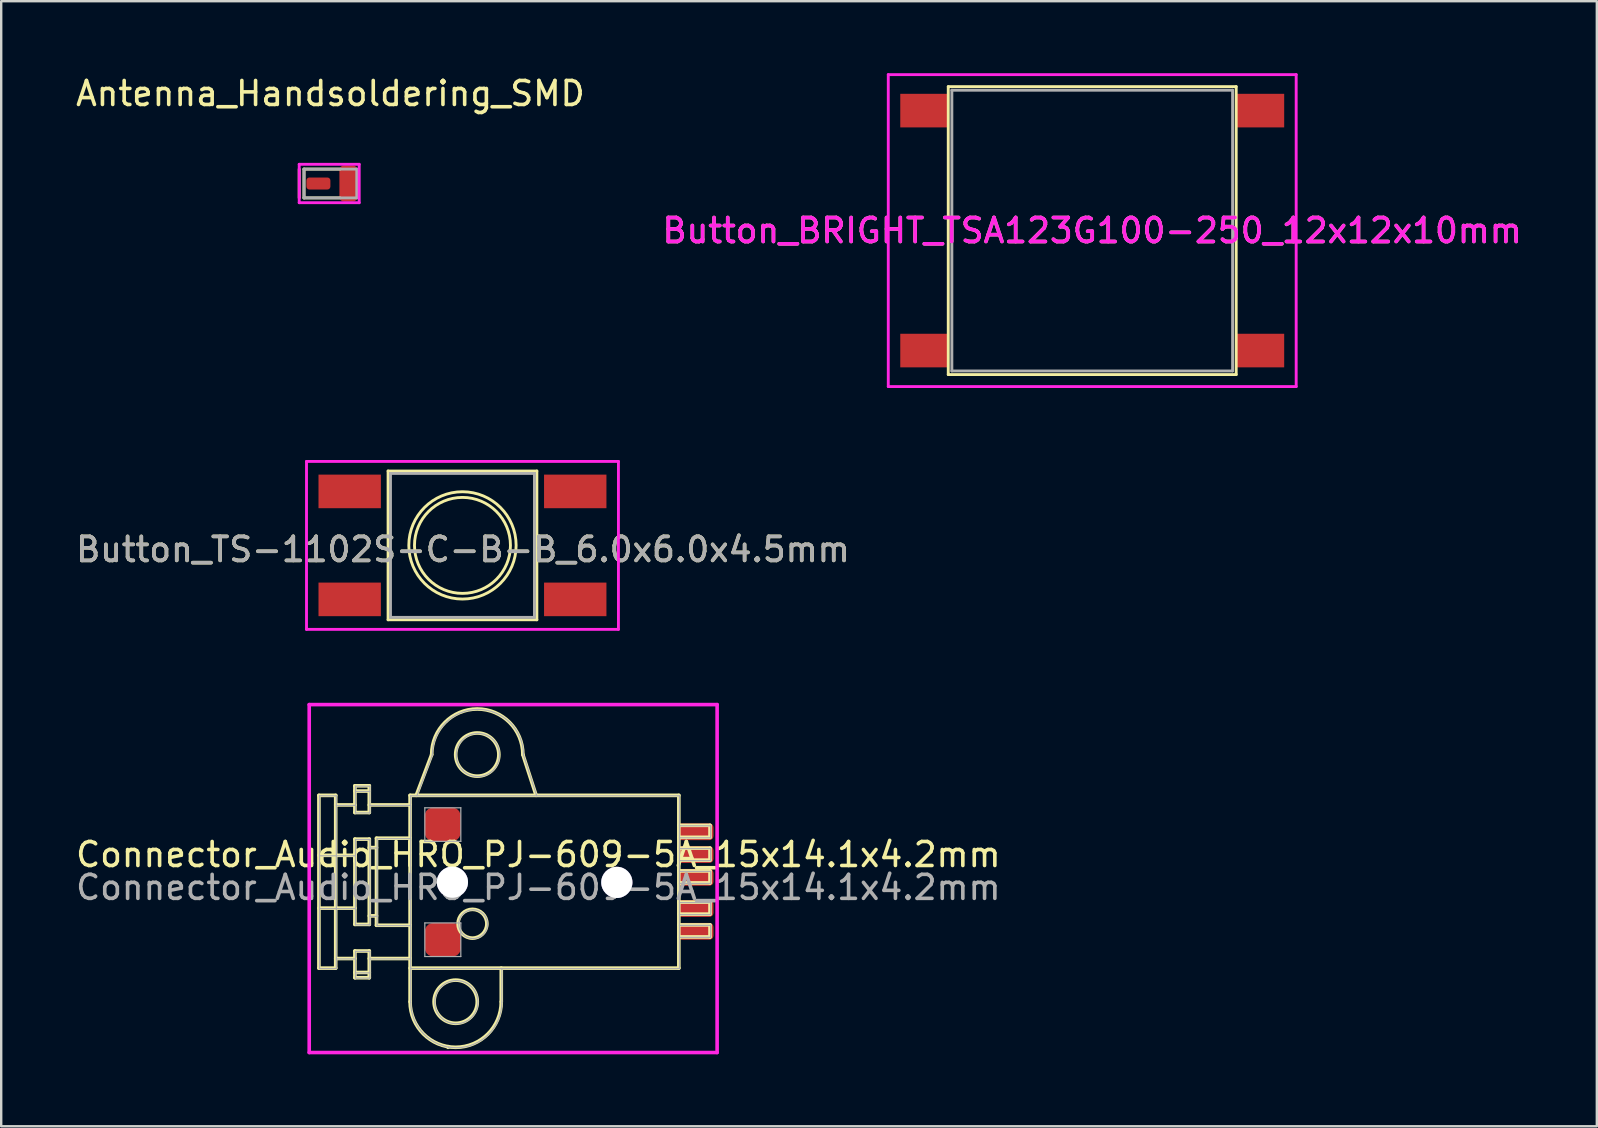
<source format=kicad_pcb>
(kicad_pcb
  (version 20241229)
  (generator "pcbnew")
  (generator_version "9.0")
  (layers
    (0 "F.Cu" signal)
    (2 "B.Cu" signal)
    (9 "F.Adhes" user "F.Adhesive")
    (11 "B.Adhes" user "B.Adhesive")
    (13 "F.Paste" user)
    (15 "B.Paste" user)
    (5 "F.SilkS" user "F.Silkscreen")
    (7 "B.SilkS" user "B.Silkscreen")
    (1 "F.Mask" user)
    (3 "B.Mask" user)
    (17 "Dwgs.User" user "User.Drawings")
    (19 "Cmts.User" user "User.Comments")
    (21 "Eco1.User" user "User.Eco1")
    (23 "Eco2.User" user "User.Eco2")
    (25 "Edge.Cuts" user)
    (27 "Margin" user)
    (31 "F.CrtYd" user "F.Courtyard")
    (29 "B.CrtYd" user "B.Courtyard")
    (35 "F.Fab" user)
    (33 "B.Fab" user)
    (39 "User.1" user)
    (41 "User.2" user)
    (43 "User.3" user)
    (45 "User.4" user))
  (footprint "Button_BRIGHT_TSA123G100-250_12x12x10mm"
    (layer "F.Cu")
    (at 42.47 6.56)
    (property "Reference" "Button_BRIGHT_TSA123G100-250_12x12x10mm" (at 0 0 0) (layer "F.SilkS") (effects (font (size 1 1) (thickness 0.15))))
    (attr through_hole)
    (fp_line (start -6 -6) (end 6 -6) (stroke (width 0.12) (type solid)) (layer "F.SilkS"))
    (fp_line (start -6 6) (end -6 -6) (stroke (width 0.12) (type solid)) (layer "F.SilkS"))
    (fp_line (start 6 -6) (end 6 6) (stroke (width 0.12) (type solid)) (layer "F.SilkS"))
    (fp_line (start 6 6) (end -6 6) (stroke (width 0.12) (type solid)) (layer "F.SilkS"))
    (fp_line (start -8.5 -6.5) (end 8.5 -6.5) (stroke (width 0.12) (type solid)) (layer "F.CrtYd"))
    (fp_line (start -8.5 6.5) (end -8.5 -6.5) (stroke (width 0.12) (type solid)) (layer "F.CrtYd"))
    (fp_line (start 8.5 -6.5) (end 8.5 6.5) (stroke (width 0.12) (type solid)) (layer "F.CrtYd"))
    (fp_line (start 8.5 6.5) (end -8.5 6.5) (stroke (width 0.12) (type solid)) (layer "F.CrtYd"))
    (fp_line (start -5.85 -5.85) (end 5.85 -5.85) (stroke (width 0.12) (type solid)) (layer "F.Fab"))
    (fp_line (start -5.85 5.85) (end -5.85 -5.85) (stroke (width 0.12) (type solid)) (layer "F.Fab"))
    (fp_line (start 5.85 -5.85) (end 5.85 5.85) (stroke (width 0.12) (type solid)) (layer "F.Fab"))
    (fp_line (start 5.85 5.85) (end -5.85 5.85) (stroke (width 0.12) (type solid)) (layer "F.Fab"))
    (fp_text user "${REFERENCE}" (at 0 0 0) (layer "F.CrtYd") (effects (font (size 1 1) (thickness 0.15))))
    (pad "1" connect rect (at -7 -5) (size 2 1.4) (layers "F.Cu" "F.Mask"))
    (pad "1" connect rect (at 7 -5) (size 2 1.4) (layers "F.Cu" "F.Mask"))
    (pad "2" connect rect (at -7 5) (size 2 1.4) (layers "F.Cu" "F.Mask"))
    (pad "2" connect rect (at 7 5) (size 2 1.4) (layers "F.Cu" "F.Mask")))
  (footprint "Connector_Audio_HRO_PJ-609-5A_15x14.1x4.2mm"
    (layer "F.Cu")
    (at 19.337 33.815)
    (property "Reference" "Connector_Audio_HRO_PJ-609-5A_15x14.1x4.2mm" (at 0.05 -1.25 0) (layer "F.SilkS") (effects (font (size 1 1) (thickness 0.15))))
    (attr smd)
    (fp_line (start -9.096 -1.217) (end -7.596 -1.217) (stroke (width 0.15) (type solid)) (layer "F.SilkS"))
    (fp_line (start -9.096 0.983) (end -7.596 0.983) (stroke (width 0.15) (type solid)) (layer "F.SilkS"))
    (fp_line (start -9.096 3.483) (end -9.096 -3.717) (stroke (width 0.15) (type solid)) (layer "F.SilkS"))
    (fp_line (start -9.096 3.483) (end -8.396 3.483) (stroke (width 0.15) (type solid)) (layer "F.SilkS"))
    (fp_line (start -8.396 -3.717) (end -9.096 -3.717) (stroke (width 0.15) (type solid)) (layer "F.SilkS"))
    (fp_line (start -8.396 -3.317) (end -7.596 -3.317) (stroke (width 0.15) (type solid)) (layer "F.SilkS"))
    (fp_line (start -8.396 3.483) (end -8.396 -3.717) (stroke (width 0.15) (type solid)) (layer "F.SilkS"))
    (fp_line (start -7.596 -3.002) (end -7.596 -4.117) (stroke (width 0.15) (type solid)) (layer "F.SilkS"))
    (fp_line (start -7.596 -1.894) (end -6.996 -1.894) (stroke (width 0.15) (type solid)) (layer "F.SilkS"))
    (fp_line (start -7.596 1.66) (end -7.596 -1.894) (stroke (width 0.15) (type solid)) (layer "F.SilkS"))
    (fp_line (start -7.596 1.66) (end -6.996 1.66) (stroke (width 0.15) (type solid)) (layer "F.SilkS"))
    (fp_line (start -7.596 3.083) (end -8.396 3.083) (stroke (width 0.15) (type solid)) (layer "F.SilkS"))
    (fp_line (start -7.596 3.664) (end -6.996 3.664) (stroke (width 0.15) (type solid)) (layer "F.SilkS"))
    (fp_line (start -7.596 3.883) (end -7.596 2.768) (stroke (width 0.15) (type solid)) (layer "F.SilkS"))
    (fp_line (start -7.596 3.883) (end -6.996 3.883) (stroke (width 0.15) (type solid)) (layer "F.SilkS"))
    (fp_line (start -6.996 -4.117) (end -7.596 -4.117) (stroke (width 0.15) (type solid)) (layer "F.SilkS"))
    (fp_line (start -6.996 -4.117) (end -6.996 -3.002) (stroke (width 0.15) (type solid)) (layer "F.SilkS"))
    (fp_line (start -6.996 -3.897) (end -7.596 -3.897) (stroke (width 0.15) (type solid)) (layer "F.SilkS"))
    (fp_line (start -6.996 -3.317) (end -5.296 -3.317) (stroke (width 0.15) (type solid)) (layer "F.SilkS"))
    (fp_line (start -6.996 -3.002) (end -7.596 -3.002) (stroke (width 0.15) (type solid)) (layer "F.SilkS"))
    (fp_line (start -6.996 1.66) (end -6.996 -1.894) (stroke (width 0.15) (type solid)) (layer "F.SilkS"))
    (fp_line (start -6.996 2.768) (end -7.596 2.768) (stroke (width 0.15) (type solid)) (layer "F.SilkS"))
    (fp_line (start -6.996 3.883) (end -6.996 2.768) (stroke (width 0.15) (type solid)) (layer "F.SilkS"))
    (fp_line (start -6.696 -1.931) (end -5.296 -1.931) (stroke (width 0.15) (type solid)) (layer "F.SilkS"))
    (fp_line (start -6.696 -1.54) (end -6.996 -1.54) (stroke (width 0.15) (type solid)) (layer "F.SilkS"))
    (fp_line (start -6.696 1.306) (end -6.996 1.306) (stroke (width 0.15) (type solid)) (layer "F.SilkS"))
    (fp_line (start -6.696 1.697) (end -6.696 -1.931) (stroke (width 0.15) (type solid)) (layer "F.SilkS"))
    (fp_line (start -5.296 1.697) (end -6.696 1.697) (stroke (width 0.15) (type solid)) (layer "F.SilkS"))
    (fp_line (start -5.296 3.083) (end -6.996 3.083) (stroke (width 0.15) (type solid)) (layer "F.SilkS"))
    (fp_line (start -5.296 3.483) (end 5.904 3.483) (stroke (width 0.15) (type solid)) (layer "F.SilkS"))
    (fp_line (start -5.296 4.883) (end -5.296 -3.717) (stroke (width 0.15) (type solid)) (layer "F.SilkS"))
    (fp_line (start -5.039 -3.717) (end -4.396 -5.417) (stroke (width 0.15) (type solid)) (layer "F.SilkS"))
    (fp_line (start -3.714 6.783) (end -3.714 6.756) (stroke (width 0.15) (type solid)) (layer "F.SilkS"))
    (fp_line (start -1.496 3.483) (end -1.496 4.883) (stroke (width 0.15) (type solid)) (layer "F.SilkS"))
    (fp_line (start -0.596 -5.417) (end -0.044 -3.717) (stroke (width 0.15) (type solid)) (layer "F.SilkS"))
    (fp_line (start 5.904 -3.717) (end -5.296 -3.717) (stroke (width 0.15) (type solid)) (layer "F.SilkS"))
    (fp_line (start 5.904 -2.467) (end 7.204 -2.467) (stroke (width 0.15) (type solid)) (layer "F.SilkS"))
    (fp_line (start 5.904 -1.517) (end 7.204 -1.517) (stroke (width 0.15) (type solid)) (layer "F.SilkS"))
    (fp_line (start 5.904 -0.567) (end 7.204 -0.567) (stroke (width 0.15) (type solid)) (layer "F.SilkS"))
    (fp_line (start 5.904 0.733) (end 7.204 0.733) (stroke (width 0.15) (type solid)) (layer "F.SilkS"))
    (fp_line (start 5.904 1.683) (end 7.204 1.683) (stroke (width 0.15) (type solid)) (layer "F.SilkS"))
    (fp_line (start 5.904 3.483) (end 5.904 -3.717) (stroke (width 0.15) (type solid)) (layer "F.SilkS"))
    (fp_line (start 7.204 -2.467) (end 7.204 -1.967) (stroke (width 0.15) (type solid)) (layer "F.SilkS"))
    (fp_line (start 7.204 -1.967) (end 5.904 -1.967) (stroke (width 0.15) (type solid)) (layer "F.SilkS"))
    (fp_line (start 7.204 -1.517) (end 7.204 -1.017) (stroke (width 0.15) (type solid)) (layer "F.SilkS"))
    (fp_line (start 7.204 -1.017) (end 5.904 -1.017) (stroke (width 0.15) (type solid)) (layer "F.SilkS"))
    (fp_line (start 7.204 -0.567) (end 7.204 -0.067) (stroke (width 0.15) (type solid)) (layer "F.SilkS"))
    (fp_line (start 7.204 -0.067) (end 5.904 -0.067) (stroke (width 0.15) (type solid)) (layer "F.SilkS"))
    (fp_line (start 7.204 0.733) (end 7.204 1.233) (stroke (width 0.15) (type solid)) (layer "F.SilkS"))
    (fp_line (start 7.204 1.233) (end 5.904 1.233) (stroke (width 0.15) (type solid)) (layer "F.SilkS"))
    (fp_line (start 7.204 1.683) (end 7.204 2.183) (stroke (width 0.15) (type solid)) (layer "F.SilkS"))
    (fp_line (start 7.204 2.183) (end 5.904 2.183) (stroke (width 0.15) (type solid)) (layer "F.SilkS"))
    (fp_arc (start -4.39599 -5.416807) (mid -2.49599 -7.316807) (end -0.59599 -5.416807) (stroke (width 0.15) (type solid)) (layer "F.SilkS"))
    (fp_arc (start -1.49599 4.883193) (mid -3.39599 6.783193) (end -5.29599 4.883193) (stroke (width 0.15) (type solid)) (layer "F.SilkS"))
    (fp_circle (center -3.396 4.883) (end -2.496 4.883) (stroke (width 0.15) (type solid)) (fill no) (layer "F.SilkS"))
    (fp_circle (center -2.696 1.633) (end -2.096 1.633) (stroke (width 0.15) (type solid)) (fill no) (layer "F.SilkS"))
    (fp_circle (center -2.496 -5.417) (end -1.596 -5.417) (stroke (width 0.15) (type solid)) (fill no) (layer "F.SilkS"))
    (fp_line (start -9.5 -7.5) (end -9.5 7) (stroke (width 0.15) (type solid)) (layer "F.CrtYd"))
    (fp_line (start -9.5 7) (end 7.5 7) (stroke (width 0.15) (type solid)) (layer "F.CrtYd"))
    (fp_line (start 7.5 -7.5) (end -9.5 -7.5) (stroke (width 0.15) (type solid)) (layer "F.CrtYd"))
    (fp_line (start 7.5 7) (end 7.5 -7.5) (stroke (width 0.15) (type solid)) (layer "F.CrtYd"))
    (fp_line (start -9.07 -1.199) (end -7.57 -1.199) (stroke (width 0.05) (type solid)) (layer "F.Fab"))
    (fp_line (start -9.07 1.001) (end -7.57 1.001) (stroke (width 0.05) (type solid)) (layer "F.Fab"))
    (fp_line (start -9.07 3.501) (end -9.07 -3.699) (stroke (width 0.05) (type solid)) (layer "F.Fab"))
    (fp_line (start -9.07 3.501) (end -8.37 3.501) (stroke (width 0.05) (type solid)) (layer "F.Fab"))
    (fp_line (start -8.37 -3.699) (end -9.07 -3.699) (stroke (width 0.05) (type solid)) (layer "F.Fab"))
    (fp_line (start -8.37 -3.299) (end -7.57 -3.299) (stroke (width 0.05) (type solid)) (layer "F.Fab"))
    (fp_line (start -8.37 3.501) (end -8.37 -3.699) (stroke (width 0.05) (type solid)) (layer "F.Fab"))
    (fp_line (start -7.57 -2.984) (end -7.57 -4.099) (stroke (width 0.05) (type solid)) (layer "F.Fab"))
    (fp_line (start -7.57 -1.877) (end -6.97 -1.877) (stroke (width 0.05) (type solid)) (layer "F.Fab"))
    (fp_line (start -7.57 1.678) (end -7.57 -1.877) (stroke (width 0.05) (type solid)) (layer "F.Fab"))
    (fp_line (start -7.57 1.678) (end -6.97 1.678) (stroke (width 0.05) (type solid)) (layer "F.Fab"))
    (fp_line (start -7.57 3.101) (end -8.37 3.101) (stroke (width 0.05) (type solid)) (layer "F.Fab"))
    (fp_line (start -7.57 3.681) (end -6.97 3.681) (stroke (width 0.05) (type solid)) (layer "F.Fab"))
    (fp_line (start -7.57 3.9) (end -7.57 2.785) (stroke (width 0.05) (type solid)) (layer "F.Fab"))
    (fp_line (start -7.57 3.901) (end -6.97 3.901) (stroke (width 0.05) (type solid)) (layer "F.Fab"))
    (fp_line (start -6.97 -4.099) (end -7.57 -4.099) (stroke (width 0.05) (type solid)) (layer "F.Fab"))
    (fp_line (start -6.97 -4.099) (end -6.97 -2.984) (stroke (width 0.05) (type solid)) (layer "F.Fab"))
    (fp_line (start -6.97 -3.88) (end -7.57 -3.88) (stroke (width 0.05) (type solid)) (layer "F.Fab"))
    (fp_line (start -6.97 -3.299) (end -5.27 -3.299) (stroke (width 0.05) (type solid)) (layer "F.Fab"))
    (fp_line (start -6.97 -2.984) (end -7.57 -2.984) (stroke (width 0.05) (type solid)) (layer "F.Fab"))
    (fp_line (start -6.97 1.678) (end -6.97 -1.877) (stroke (width 0.05) (type solid)) (layer "F.Fab"))
    (fp_line (start -6.97 2.785) (end -7.57 2.785) (stroke (width 0.05) (type solid)) (layer "F.Fab"))
    (fp_line (start -6.97 3.9) (end -6.97 2.785) (stroke (width 0.05) (type solid)) (layer "F.Fab"))
    (fp_line (start -6.67 -1.913) (end -5.27 -1.913) (stroke (width 0.05) (type solid)) (layer "F.Fab"))
    (fp_line (start -6.67 -1.523) (end -6.97 -1.523) (stroke (width 0.05) (type solid)) (layer "F.Fab"))
    (fp_line (start -6.67 1.324) (end -6.97 1.324) (stroke (width 0.05) (type solid)) (layer "F.Fab"))
    (fp_line (start -6.67 1.714) (end -6.67 -1.913) (stroke (width 0.05) (type solid)) (layer "F.Fab"))
    (fp_line (start -5.27 1.714) (end -6.67 1.714) (stroke (width 0.05) (type solid)) (layer "F.Fab"))
    (fp_line (start -5.27 3.101) (end -6.97 3.101) (stroke (width 0.05) (type solid)) (layer "F.Fab"))
    (fp_line (start -5.27 3.501) (end 5.93 3.501) (stroke (width 0.05) (type solid)) (layer "F.Fab"))
    (fp_line (start -5.27 4.901) (end -5.27 -3.699) (stroke (width 0.05) (type solid)) (layer "F.Fab"))
    (fp_line (start -5.013 -3.699) (end -4.37 -5.399) (stroke (width 0.05) (type solid)) (layer "F.Fab"))
    (fp_line (start -4.682 -3.2) (end -4.682 -1.8) (stroke (width 0.05) (type solid)) (layer "F.Fab"))
    (fp_line (start -4.682 -1.8) (end -3.182 -1.8) (stroke (width 0.05) (type solid)) (layer "F.Fab"))
    (fp_line (start -4.682 1.6) (end -4.682 3) (stroke (width 0.05) (type solid)) (layer "F.Fab"))
    (fp_line (start -4.682 3) (end -3.182 3) (stroke (width 0.05) (type solid)) (layer "F.Fab"))
    (fp_line (start -3.688 6.801) (end -3.688 6.773) (stroke (width 0.05) (type solid)) (layer "F.Fab"))
    (fp_line (start -3.182 -3.2) (end -4.682 -3.2) (stroke (width 0.05) (type solid)) (layer "F.Fab"))
    (fp_line (start -3.182 -1.8) (end -3.182 -3.2) (stroke (width 0.05) (type solid)) (layer "F.Fab"))
    (fp_line (start -3.182 1.6) (end -4.682 1.6) (stroke (width 0.05) (type solid)) (layer "F.Fab"))
    (fp_line (start -3.182 3) (end -3.182 1.6) (stroke (width 0.05) (type solid)) (layer "F.Fab"))
    (fp_line (start -1.47 3.501) (end -1.47 4.901) (stroke (width 0.05) (type solid)) (layer "F.Fab"))
    (fp_line (start -0.57 -5.399) (end -0.018 -3.699) (stroke (width 0.05) (type solid)) (layer "F.Fab"))
    (fp_line (start 5.93 -3.699) (end -5.27 -3.699) (stroke (width 0.05) (type solid)) (layer "F.Fab"))
    (fp_line (start 5.93 -2.449) (end 7.23 -2.449) (stroke (width 0.05) (type solid)) (layer "F.Fab"))
    (fp_line (start 5.93 -1.499) (end 7.23 -1.499) (stroke (width 0.05) (type solid)) (layer "F.Fab"))
    (fp_line (start 5.93 -0.549) (end 7.23 -0.549) (stroke (width 0.05) (type solid)) (layer "F.Fab"))
    (fp_line (start 5.93 0.751) (end 7.23 0.751) (stroke (width 0.05) (type solid)) (layer "F.Fab"))
    (fp_line (start 5.93 1.701) (end 7.23 1.701) (stroke (width 0.05) (type solid)) (layer "F.Fab"))
    (fp_line (start 5.93 3.501) (end 5.93 -3.699) (stroke (width 0.05) (type solid)) (layer "F.Fab"))
    (fp_line (start 7.23 -2.449) (end 7.23 -1.949) (stroke (width 0.05) (type solid)) (layer "F.Fab"))
    (fp_line (start 7.23 -1.949) (end 5.93 -1.949) (stroke (width 0.05) (type solid)) (layer "F.Fab"))
    (fp_line (start 7.23 -1.499) (end 7.23 -0.999) (stroke (width 0.05) (type solid)) (layer "F.Fab"))
    (fp_line (start 7.23 -0.999) (end 5.93 -0.999) (stroke (width 0.05) (type solid)) (layer "F.Fab"))
    (fp_line (start 7.23 -0.549) (end 7.23 -0.049) (stroke (width 0.05) (type solid)) (layer "F.Fab"))
    (fp_line (start 7.23 -0.049) (end 5.93 -0.049) (stroke (width 0.05) (type solid)) (layer "F.Fab"))
    (fp_line (start 7.23 0.751) (end 7.23 1.251) (stroke (width 0.05) (type solid)) (layer "F.Fab"))
    (fp_line (start 7.23 1.251) (end 5.93 1.251) (stroke (width 0.05) (type solid)) (layer "F.Fab"))
    (fp_line (start 7.23 1.701) (end 7.23 2.201) (stroke (width 0.05) (type solid)) (layer "F.Fab"))
    (fp_line (start 7.23 2.201) (end 5.93 2.201) (stroke (width 0.05) (type solid)) (layer "F.Fab"))
    (fp_arc (start -4.37 -5.399464) (mid -2.47 -7.299464) (end -0.57 -5.399464) (stroke (width 0.05) (type solid)) (layer "F.Fab"))
    (fp_arc (start -1.47 4.900536) (mid -3.37 6.800536) (end -5.27 4.900536) (stroke (width 0.05) (type solid)) (layer "F.Fab"))
    (fp_circle (center -3.37 4.901) (end -2.47 4.901) (stroke (width 0.05) (type solid)) (fill no) (layer "F.Fab"))
    (fp_circle (center -2.67 1.651) (end -2.07 1.651) (stroke (width 0.05) (type solid)) (fill no) (layer "F.Fab"))
    (fp_circle (center -2.47 -5.399) (end -1.57 -5.399) (stroke (width 0.05) (type solid)) (fill no) (layer "F.Fab"))
    (fp_text user "${REFERENCE}" (at 0.05 0.12 0) (layer "F.Fab") (effects (font (size 1 1) (thickness 0.15))))
    (pad "1" smd roundrect (at 6.6 1.95) (size 1.5 0.7) (layers "F.Cu" "F.Mask" "F.Paste") (roundrect_rratio 0.25))
    (pad "2" smd roundrect (at 6.6 1) (size 1.5 0.7) (layers "F.Cu" "F.Mask" "F.Paste") (roundrect_rratio 0.25))
    (pad "3" smd roundrect (at 6.6 -0.3) (size 1.5 0.7) (layers "F.Cu" "F.Mask" "F.Paste") (roundrect_rratio 0.25))
    (pad "4" smd roundrect (at 6.6 -1.25) (size 1.5 0.7) (layers "F.Cu" "F.Mask" "F.Paste") (roundrect_rratio 0.25))
    (pad "5" smd roundrect (at 6.6 -2.2) (size 1.5 0.7) (layers "F.Cu" "F.Mask" "F.Paste") (roundrect_rratio 0.25))
    (pad "MP" smd roundrect (at -3.94 -2.51) (size 1.5 1.4) (layers "F.Cu" "F.Mask" "F.Paste") (roundrect_rratio 0.25))
    (pad "MP" smd roundrect (at -3.93 2.3) (size 1.5 1.4) (layers "F.Cu" "F.Mask" "F.Paste") (roundrect_rratio 0.25))
    (pad "MP" thru_hole circle (at -3.532 -0.1) (size 1.3 1.3) (drill 1.3) (layers "*.Cu" "*.Mask"))
    (pad "MP" thru_hole circle (at 3.32 -0.09) (size 1.3 1.3) (drill 1.3) (layers "*.Cu" "*.Mask")))
  (footprint "Button_TS-1102S-C-B-B_6.0x6.0x4.5mm"
    (layer "F.Cu")
    (at 16.224 19.68)
    (property "Reference" "Button_TS-1102S-C-B-B_6.0x6.0x4.5mm" (at 0.02 0.17 0) (layer "F.SilkS") (effects (font (size 1 1) (thickness 0.15))))
    (attr smd)
    (fp_line (start -3.1 -3.1) (end 3.1 -3.1) (stroke (width 0.12) (type solid)) (layer "F.SilkS"))
    (fp_line (start -3.1 3.1) (end -3.1 -3.1) (stroke (width 0.12) (type solid)) (layer "F.SilkS"))
    (fp_line (start 3.1 -3.1) (end 3.1 3.1) (stroke (width 0.12) (type solid)) (layer "F.SilkS"))
    (fp_line (start 3.1 3.1) (end -3.1 3.1) (stroke (width 0.12) (type solid)) (layer "F.SilkS"))
    (fp_circle (center 0 0) (end 2 0) (stroke (width 0.12) (type solid)) (fill no) (layer "F.SilkS"))
    (fp_circle (center 0 0) (end 2.236 0) (stroke (width 0.12) (type solid)) (fill no) (layer "F.SilkS"))
    (fp_line (start -6.5 -3.5) (end 6.5 -3.5) (stroke (width 0.12) (type solid)) (layer "F.CrtYd"))
    (fp_line (start -6.5 3.5) (end -6.5 -3.5) (stroke (width 0.12) (type solid)) (layer "F.CrtYd"))
    (fp_line (start 6.5 -3.5) (end 6.5 3.5) (stroke (width 0.12) (type solid)) (layer "F.CrtYd"))
    (fp_line (start 6.5 3.5) (end -6.5 3.5) (stroke (width 0.12) (type solid)) (layer "F.CrtYd"))
    (fp_line (start -3 -3) (end 3 -3) (stroke (width 0.12) (type solid)) (layer "F.Fab"))
    (fp_line (start -3 3) (end -3 -3) (stroke (width 0.12) (type solid)) (layer "F.Fab"))
    (fp_line (start 3 -3) (end 3 3) (stroke (width 0.12) (type solid)) (layer "F.Fab"))
    (fp_line (start 3 3) (end -3 3) (stroke (width 0.12) (type solid)) (layer "F.Fab"))
    (fp_text user "${REFERENCE}" (at 0.02 0.17 0) (layer "F.Fab") (effects (font (size 1 1) (thickness 0.15))))
    (pad "1" smd rect (at -4.7 -2.25) (size 2.6 1.4) (layers "F.Cu" "F.Mask" "F.Paste"))
    (pad "1" smd rect (at 4.7 -2.25) (size 2.6 1.4) (layers "F.Cu" "F.Mask" "F.Paste"))
    (pad "2" smd rect (at -4.7 2.25) (size 2.6 1.4) (layers "F.Cu" "F.Mask" "F.Paste"))
    (pad "2" smd rect (at 4.7 2.25) (size 2.6 1.4) (layers "F.Cu" "F.Mask" "F.Paste")))
  (footprint "Antenna_Handsoldering_SMD"
    (layer "F.Cu")
    (at 10.22 4.598)
    (property "Reference" "Antenna_Handsoldering_SMD" (at 0.5 -3.75 0) (layer "F.SilkS") (effects (font (size 1 1) (thickness 0.15))))
    (attr exclude_from_pos_files exclude_from_bom)
    (fp_line (start -0.8 0.6) (end -0.8 -0.6) (stroke (width 0.12) (type solid)) (layer "F.SilkS"))
    (fp_line (start -0.6 -0.6) (end -0.6 0.6) (stroke (width 0.12) (type solid)) (layer "F.SilkS"))
    (fp_line (start -0.6 0.6) (end 0.9 0.6) (stroke (width 0.12) (type solid)) (layer "F.SilkS"))
    (fp_line (start 0.9 -0.6) (end -0.6 -0.6) (stroke (width 0.12) (type solid)) (layer "F.SilkS"))
    (fp_line (start -0.8 -0.8) (end 1.7 -0.8) (stroke (width 0.12) (type solid)) (layer "F.CrtYd"))
    (fp_line (start -0.8 0.8) (end -0.8 -0.8) (stroke (width 0.12) (type solid)) (layer "F.CrtYd"))
    (fp_line (start 1.7 -0.8) (end 1.7 0.8) (stroke (width 0.12) (type solid)) (layer "F.CrtYd"))
    (fp_line (start 1.7 0.8) (end -0.8 0.8) (stroke (width 0.12) (type solid)) (layer "F.CrtYd"))
    (fp_line (start -0.6 -0.6) (end 1.6 -0.6) (stroke (width 0.12) (type solid)) (layer "F.Fab"))
    (fp_line (start -0.6 0.6) (end -0.6 -0.6) (stroke (width 0.12) (type solid)) (layer "F.Fab"))
    (fp_line (start 1.6 -0.6) (end 1.6 0.6) (stroke (width 0.12) (type solid)) (layer "F.Fab"))
    (fp_line (start 1.6 0.6) (end -0.6 0.6) (stroke (width 0.12) (type solid)) (layer "F.Fab"))
    (pad "1" smd roundrect (at 0 0) (size 1 0.5) (layers "F.Cu" "F.Mask" "F.Paste") (roundrect_rratio 0.25))
    (pad "2" smd roundrect (at 1.25 0 90) (size 1.5 0.75) (layers "F.Cu" "F.Mask" "F.Paste") (roundrect_rratio 0.25)))
  (gr_rect
    (start -3 -3)
    (end 63.5 43.89)
    (stroke (width 0.1) (type default))
    (fill no)
    (layer "Edge.Cuts")))
</source>
